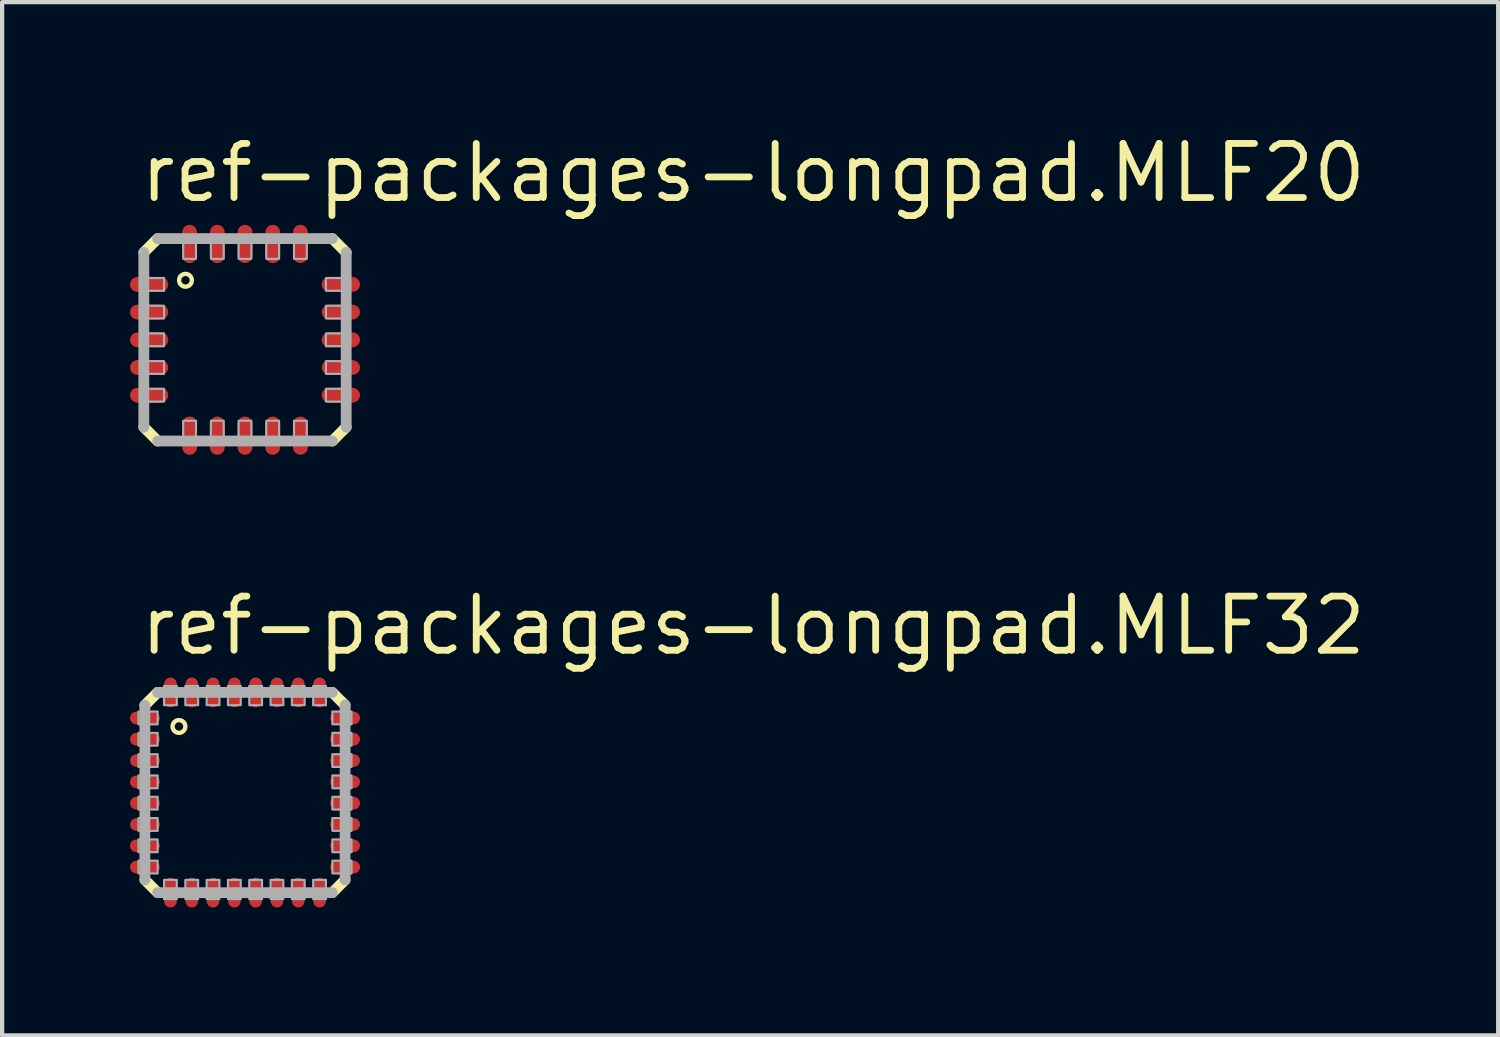
<source format=kicad_pcb>
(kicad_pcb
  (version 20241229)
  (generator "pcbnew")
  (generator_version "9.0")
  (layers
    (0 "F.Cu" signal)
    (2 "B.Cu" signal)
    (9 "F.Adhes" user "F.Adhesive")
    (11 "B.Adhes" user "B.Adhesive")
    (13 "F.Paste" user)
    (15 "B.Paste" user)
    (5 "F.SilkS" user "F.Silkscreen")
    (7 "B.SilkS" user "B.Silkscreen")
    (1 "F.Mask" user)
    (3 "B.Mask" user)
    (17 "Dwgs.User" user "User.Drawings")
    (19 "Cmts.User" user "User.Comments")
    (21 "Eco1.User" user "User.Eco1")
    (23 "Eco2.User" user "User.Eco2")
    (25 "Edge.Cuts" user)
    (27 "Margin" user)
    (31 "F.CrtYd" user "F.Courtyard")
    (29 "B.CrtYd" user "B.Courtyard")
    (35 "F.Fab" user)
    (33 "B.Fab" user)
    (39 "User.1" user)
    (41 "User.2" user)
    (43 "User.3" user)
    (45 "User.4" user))
  (footprint "ref-packages-longpad.MLF32"
    (layer "F.Cu")
    (at 2.7 15.55)
    (property "Reference" "ref-packages-longpad.MLF32" (at -2.54 -3.175 0) (layer "F.SilkS") (effects (font (size 1.27 1.27) (thickness 0.16)) (justify left bottom)))
    (attr smd)
    (fp_line (start -2.35 -2.05) (end -2.05 -2.35) (stroke (width 0.254) (type default)) (layer "F.SilkS"))
    (fp_line (start -2.05 2.35) (end -2.35 2.05) (stroke (width 0.254) (type default)) (layer "F.SilkS"))
    (fp_line (start 2.05 -2.35) (end 2.35 -2.05) (stroke (width 0.254) (type default)) (layer "F.SilkS"))
    (fp_line (start 2.35 2.05) (end 2.05 2.35) (stroke (width 0.254) (type default)) (layer "F.SilkS"))
    (fp_circle (center -1.55 -1.55) (end -1.4 -1.55) (stroke (width 0.102) (type default)) (fill no) (layer "F.SilkS"))
    (fp_line (start -2.35 2.05) (end -2.35 -2.05) (stroke (width 0.254) (type default)) (layer "F.Fab"))
    (fp_line (start -2.05 -2.35) (end 2.05 -2.35) (stroke (width 0.254) (type default)) (layer "F.Fab"))
    (fp_line (start 2.05 2.35) (end -2.05 2.35) (stroke (width 0.254) (type default)) (layer "F.Fab"))
    (fp_line (start 2.35 -2.05) (end 2.35 2.05) (stroke (width 0.254) (type default)) (layer "F.Fab"))
    (fp_rect (start -2.5 -1.6) (end -2.05 -1.9) (stroke (width 0.05) (type default)) (fill no) (layer "F.Fab"))
    (fp_rect (start -2.5 -1.1) (end -2.05 -1.4) (stroke (width 0.05) (type default)) (fill no) (layer "F.Fab"))
    (fp_rect (start -2.5 -0.6) (end -2.05 -0.9) (stroke (width 0.05) (type default)) (fill no) (layer "F.Fab"))
    (fp_rect (start -2.5 -0.1) (end -2.05 -0.4) (stroke (width 0.05) (type default)) (fill no) (layer "F.Fab"))
    (fp_rect (start -2.5 0.4) (end -2.05 0.1) (stroke (width 0.05) (type default)) (fill no) (layer "F.Fab"))
    (fp_rect (start -2.5 0.9) (end -2.05 0.6) (stroke (width 0.05) (type default)) (fill no) (layer "F.Fab"))
    (fp_rect (start -2.5 1.4) (end -2.05 1.1) (stroke (width 0.05) (type default)) (fill no) (layer "F.Fab"))
    (fp_rect (start -2.5 1.9) (end -2.05 1.6) (stroke (width 0.05) (type default)) (fill no) (layer "F.Fab"))
    (fp_rect (start -1.9 -2.05) (end -1.6 -2.5) (stroke (width 0.05) (type default)) (fill no) (layer "F.Fab"))
    (fp_rect (start -1.9 2.5) (end -1.6 2.05) (stroke (width 0.05) (type default)) (fill no) (layer "F.Fab"))
    (fp_rect (start -1.4 -2.05) (end -1.1 -2.5) (stroke (width 0.05) (type default)) (fill no) (layer "F.Fab"))
    (fp_rect (start -1.4 2.5) (end -1.1 2.05) (stroke (width 0.05) (type default)) (fill no) (layer "F.Fab"))
    (fp_rect (start -0.9 -2.05) (end -0.6 -2.5) (stroke (width 0.05) (type default)) (fill no) (layer "F.Fab"))
    (fp_rect (start -0.9 2.5) (end -0.6 2.05) (stroke (width 0.05) (type default)) (fill no) (layer "F.Fab"))
    (fp_rect (start -0.4 -2.05) (end -0.1 -2.5) (stroke (width 0.05) (type default)) (fill no) (layer "F.Fab"))
    (fp_rect (start -0.4 2.5) (end -0.1 2.05) (stroke (width 0.05) (type default)) (fill no) (layer "F.Fab"))
    (fp_rect (start 0.1 -2.05) (end 0.4 -2.5) (stroke (width 0.05) (type default)) (fill no) (layer "F.Fab"))
    (fp_rect (start 0.1 2.5) (end 0.4 2.05) (stroke (width 0.05) (type default)) (fill no) (layer "F.Fab"))
    (fp_rect (start 0.6 -2.05) (end 0.9 -2.5) (stroke (width 0.05) (type default)) (fill no) (layer "F.Fab"))
    (fp_rect (start 0.6 2.5) (end 0.9 2.05) (stroke (width 0.05) (type default)) (fill no) (layer "F.Fab"))
    (fp_rect (start 1.1 -2.05) (end 1.4 -2.5) (stroke (width 0.05) (type default)) (fill no) (layer "F.Fab"))
    (fp_rect (start 1.1 2.5) (end 1.4 2.05) (stroke (width 0.05) (type default)) (fill no) (layer "F.Fab"))
    (fp_rect (start 1.6 -2.05) (end 1.9 -2.5) (stroke (width 0.05) (type default)) (fill no) (layer "F.Fab"))
    (fp_rect (start 1.6 2.5) (end 1.9 2.05) (stroke (width 0.05) (type default)) (fill no) (layer "F.Fab"))
    (fp_rect (start 2.05 -1.6) (end 2.5 -1.9) (stroke (width 0.05) (type default)) (fill no) (layer "F.Fab"))
    (fp_rect (start 2.05 -1.1) (end 2.5 -1.4) (stroke (width 0.05) (type default)) (fill no) (layer "F.Fab"))
    (fp_rect (start 2.05 -0.6) (end 2.5 -0.9) (stroke (width 0.05) (type default)) (fill no) (layer "F.Fab"))
    (fp_rect (start 2.05 -0.1) (end 2.5 -0.4) (stroke (width 0.05) (type default)) (fill no) (layer "F.Fab"))
    (fp_rect (start 2.05 0.4) (end 2.5 0.1) (stroke (width 0.05) (type default)) (fill no) (layer "F.Fab"))
    (fp_rect (start 2.05 0.9) (end 2.5 0.6) (stroke (width 0.05) (type default)) (fill no) (layer "F.Fab"))
    (fp_rect (start 2.05 1.4) (end 2.5 1.1) (stroke (width 0.05) (type default)) (fill no) (layer "F.Fab"))
    (fp_rect (start 2.05 1.9) (end 2.5 1.6) (stroke (width 0.05) (type default)) (fill no) (layer "F.Fab"))
    (pad "1" smd roundrect (at -2.35 -1.75) (size 0.7 0.3) (layers "F.Cu" "F.Mask" "F.Paste") (roundrect_rratio 0.5))
    (pad "2" smd roundrect (at -2.35 -1.25) (size 0.7 0.3) (layers "F.Cu" "F.Mask" "F.Paste") (roundrect_rratio 0.5))
    (pad "3" smd roundrect (at -2.35 -0.75) (size 0.7 0.3) (layers "F.Cu" "F.Mask" "F.Paste") (roundrect_rratio 0.5))
    (pad "4" smd roundrect (at -2.35 -0.25) (size 0.7 0.3) (layers "F.Cu" "F.Mask" "F.Paste") (roundrect_rratio 0.5))
    (pad "5" smd roundrect (at -2.35 0.25) (size 0.7 0.3) (layers "F.Cu" "F.Mask" "F.Paste") (roundrect_rratio 0.5))
    (pad "6" smd roundrect (at -2.35 0.75) (size 0.7 0.3) (layers "F.Cu" "F.Mask" "F.Paste") (roundrect_rratio 0.5))
    (pad "7" smd roundrect (at -2.35 1.25) (size 0.7 0.3) (layers "F.Cu" "F.Mask" "F.Paste") (roundrect_rratio 0.5))
    (pad "8" smd roundrect (at -2.35 1.75) (size 0.7 0.3) (layers "F.Cu" "F.Mask" "F.Paste") (roundrect_rratio 0.5))
    (pad "9" smd roundrect (at -1.75 2.35) (size 0.3 0.7) (layers "F.Cu" "F.Mask" "F.Paste") (roundrect_rratio 0.5))
    (pad "10" smd roundrect (at -1.25 2.35) (size 0.3 0.7) (layers "F.Cu" "F.Mask" "F.Paste") (roundrect_rratio 0.5))
    (pad "11" smd roundrect (at -0.75 2.35) (size 0.3 0.7) (layers "F.Cu" "F.Mask" "F.Paste") (roundrect_rratio 0.5))
    (pad "12" smd roundrect (at -0.25 2.35) (size 0.3 0.7) (layers "F.Cu" "F.Mask" "F.Paste") (roundrect_rratio 0.5))
    (pad "13" smd roundrect (at 0.25 2.35) (size 0.3 0.7) (layers "F.Cu" "F.Mask" "F.Paste") (roundrect_rratio 0.5))
    (pad "14" smd roundrect (at 0.75 2.35) (size 0.3 0.7) (layers "F.Cu" "F.Mask" "F.Paste") (roundrect_rratio 0.5))
    (pad "15" smd roundrect (at 1.25 2.35) (size 0.3 0.7) (layers "F.Cu" "F.Mask" "F.Paste") (roundrect_rratio 0.5))
    (pad "16" smd roundrect (at 1.75 2.35) (size 0.3 0.7) (layers "F.Cu" "F.Mask" "F.Paste") (roundrect_rratio 0.5))
    (pad "17" smd roundrect (at 2.35 1.75) (size 0.7 0.3) (layers "F.Cu" "F.Mask" "F.Paste") (roundrect_rratio 0.5))
    (pad "18" smd roundrect (at 2.35 1.25) (size 0.7 0.3) (layers "F.Cu" "F.Mask" "F.Paste") (roundrect_rratio 0.5))
    (pad "19" smd roundrect (at 2.35 0.75) (size 0.7 0.3) (layers "F.Cu" "F.Mask" "F.Paste") (roundrect_rratio 0.5))
    (pad "20" smd roundrect (at 2.35 0.25) (size 0.7 0.3) (layers "F.Cu" "F.Mask" "F.Paste") (roundrect_rratio 0.5))
    (pad "21" smd roundrect (at 2.35 -0.25) (size 0.7 0.3) (layers "F.Cu" "F.Mask" "F.Paste") (roundrect_rratio 0.5))
    (pad "22" smd roundrect (at 2.35 -0.75) (size 0.7 0.3) (layers "F.Cu" "F.Mask" "F.Paste") (roundrect_rratio 0.5))
    (pad "23" smd roundrect (at 2.35 -1.25) (size 0.7 0.3) (layers "F.Cu" "F.Mask" "F.Paste") (roundrect_rratio 0.5))
    (pad "24" smd roundrect (at 2.35 -1.75) (size 0.7 0.3) (layers "F.Cu" "F.Mask" "F.Paste") (roundrect_rratio 0.5))
    (pad "25" smd roundrect (at 1.75 -2.35) (size 0.3 0.7) (layers "F.Cu" "F.Mask" "F.Paste") (roundrect_rratio 0.5))
    (pad "26" smd roundrect (at 1.25 -2.35) (size 0.3 0.7) (layers "F.Cu" "F.Mask" "F.Paste") (roundrect_rratio 0.5))
    (pad "27" smd roundrect (at 0.75 -2.35) (size 0.3 0.7) (layers "F.Cu" "F.Mask" "F.Paste") (roundrect_rratio 0.5))
    (pad "28" smd roundrect (at 0.25 -2.35) (size 0.3 0.7) (layers "F.Cu" "F.Mask" "F.Paste") (roundrect_rratio 0.5))
    (pad "29" smd roundrect (at -0.25 -2.35) (size 0.3 0.7) (layers "F.Cu" "F.Mask" "F.Paste") (roundrect_rratio 0.5))
    (pad "30" smd roundrect (at -0.75 -2.35) (size 0.3 0.7) (layers "F.Cu" "F.Mask" "F.Paste") (roundrect_rratio 0.5))
    (pad "31" smd roundrect (at -1.25 -2.35) (size 0.3 0.7) (layers "F.Cu" "F.Mask" "F.Paste") (roundrect_rratio 0.5))
    (pad "32" smd roundrect (at -1.75 -2.35) (size 0.3 0.7) (layers "F.Cu" "F.Mask" "F.Paste") (roundrect_rratio 0.5)))
  (footprint "ref-packages-longpad.MLF20"
    (layer "F.Cu")
    (at 2.7 4.925)
    (property "Reference" "ref-packages-longpad.MLF20" (at -2.54 -3.175 0) (layer "F.SilkS") (effects (font (size 1.27 1.27) (thickness 0.16)) (justify left bottom)))
    (attr smd)
    (fp_line (start -2.375 -2.05) (end -2.05 -2.375) (stroke (width 0.254) (type default)) (layer "F.SilkS"))
    (fp_line (start -2.05 2.375) (end -2.375 2.05) (stroke (width 0.254) (type default)) (layer "F.SilkS"))
    (fp_line (start 2.05 -2.375) (end 2.375 -2.05) (stroke (width 0.254) (type default)) (layer "F.SilkS"))
    (fp_line (start 2.375 2.05) (end 2.05 2.375) (stroke (width 0.254) (type default)) (layer "F.SilkS"))
    (fp_circle (center -1.397 -1.397) (end -1.247 -1.397) (stroke (width 0.102) (type default)) (fill no) (layer "F.SilkS"))
    (fp_line (start -2.375 2.05) (end -2.375 -2.05) (stroke (width 0.254) (type default)) (layer "F.Fab"))
    (fp_line (start -2.05 -2.375) (end 2.05 -2.375) (stroke (width 0.254) (type default)) (layer "F.Fab"))
    (fp_line (start 2.05 2.375) (end -2.05 2.375) (stroke (width 0.254) (type default)) (layer "F.Fab"))
    (fp_line (start 2.375 -2.05) (end 2.375 2.05) (stroke (width 0.254) (type default)) (layer "F.Fab"))
    (fp_rect (start -2.35 -1.15) (end -1.9 -1.45) (stroke (width 0.05) (type default)) (fill no) (layer "F.Fab"))
    (fp_rect (start -2.35 -0.5) (end -1.9 -0.8) (stroke (width 0.05) (type default)) (fill no) (layer "F.Fab"))
    (fp_rect (start -2.35 0.15) (end -1.9 -0.15) (stroke (width 0.05) (type default)) (fill no) (layer "F.Fab"))
    (fp_rect (start -2.35 0.8) (end -1.9 0.5) (stroke (width 0.05) (type default)) (fill no) (layer "F.Fab"))
    (fp_rect (start -2.35 1.45) (end -1.9 1.15) (stroke (width 0.05) (type default)) (fill no) (layer "F.Fab"))
    (fp_rect (start -1.45 -1.9) (end -1.15 -2.35) (stroke (width 0.05) (type default)) (fill no) (layer "F.Fab"))
    (fp_rect (start -1.45 2.35) (end -1.15 1.9) (stroke (width 0.05) (type default)) (fill no) (layer "F.Fab"))
    (fp_rect (start -0.8 -1.9) (end -0.5 -2.35) (stroke (width 0.05) (type default)) (fill no) (layer "F.Fab"))
    (fp_rect (start -0.8 2.35) (end -0.5 1.9) (stroke (width 0.05) (type default)) (fill no) (layer "F.Fab"))
    (fp_rect (start -0.15 -1.9) (end 0.15 -2.35) (stroke (width 0.05) (type default)) (fill no) (layer "F.Fab"))
    (fp_rect (start -0.15 2.35) (end 0.15 1.9) (stroke (width 0.05) (type default)) (fill no) (layer "F.Fab"))
    (fp_rect (start 0.5 -1.9) (end 0.8 -2.35) (stroke (width 0.05) (type default)) (fill no) (layer "F.Fab"))
    (fp_rect (start 0.5 2.35) (end 0.8 1.9) (stroke (width 0.05) (type default)) (fill no) (layer "F.Fab"))
    (fp_rect (start 1.15 -1.9) (end 1.45 -2.35) (stroke (width 0.05) (type default)) (fill no) (layer "F.Fab"))
    (fp_rect (start 1.15 2.35) (end 1.45 1.9) (stroke (width 0.05) (type default)) (fill no) (layer "F.Fab"))
    (fp_rect (start 1.9 -1.15) (end 2.35 -1.45) (stroke (width 0.05) (type default)) (fill no) (layer "F.Fab"))
    (fp_rect (start 1.9 -0.5) (end 2.35 -0.8) (stroke (width 0.05) (type default)) (fill no) (layer "F.Fab"))
    (fp_rect (start 1.9 0.15) (end 2.35 -0.15) (stroke (width 0.05) (type default)) (fill no) (layer "F.Fab"))
    (fp_rect (start 1.9 0.8) (end 2.35 0.5) (stroke (width 0.05) (type default)) (fill no) (layer "F.Fab"))
    (fp_rect (start 1.9 1.45) (end 2.35 1.15) (stroke (width 0.05) (type default)) (fill no) (layer "F.Fab"))
    (pad "1" smd roundrect (at -2.25 -1.3) (size 0.9 0.35) (layers "F.Cu" "F.Mask" "F.Paste") (roundrect_rratio 0.5))
    (pad "2" smd roundrect (at -2.25 -0.65) (size 0.9 0.35) (layers "F.Cu" "F.Mask" "F.Paste") (roundrect_rratio 0.5))
    (pad "3" smd roundrect (at -2.25 0) (size 0.9 0.35) (layers "F.Cu" "F.Mask" "F.Paste") (roundrect_rratio 0.5))
    (pad "4" smd roundrect (at -2.25 0.65) (size 0.9 0.35) (layers "F.Cu" "F.Mask" "F.Paste") (roundrect_rratio 0.5))
    (pad "5" smd roundrect (at -2.25 1.3) (size 0.9 0.35) (layers "F.Cu" "F.Mask" "F.Paste") (roundrect_rratio 0.5))
    (pad "6" smd roundrect (at -1.3 2.25) (size 0.35 0.9) (layers "F.Cu" "F.Mask" "F.Paste") (roundrect_rratio 0.5))
    (pad "7" smd roundrect (at -0.65 2.25) (size 0.35 0.9) (layers "F.Cu" "F.Mask" "F.Paste") (roundrect_rratio 0.5))
    (pad "8" smd roundrect (at 0 2.25) (size 0.35 0.9) (layers "F.Cu" "F.Mask" "F.Paste") (roundrect_rratio 0.5))
    (pad "9" smd roundrect (at 0.65 2.25) (size 0.35 0.9) (layers "F.Cu" "F.Mask" "F.Paste") (roundrect_rratio 0.5))
    (pad "10" smd roundrect (at 1.3 2.25) (size 0.35 0.9) (layers "F.Cu" "F.Mask" "F.Paste") (roundrect_rratio 0.5))
    (pad "11" smd roundrect (at 2.25 1.3) (size 0.9 0.35) (layers "F.Cu" "F.Mask" "F.Paste") (roundrect_rratio 0.5))
    (pad "12" smd roundrect (at 2.25 0.65) (size 0.9 0.35) (layers "F.Cu" "F.Mask" "F.Paste") (roundrect_rratio 0.5))
    (pad "13" smd roundrect (at 2.25 0) (size 0.9 0.35) (layers "F.Cu" "F.Mask" "F.Paste") (roundrect_rratio 0.5))
    (pad "14" smd roundrect (at 2.25 -0.65) (size 0.9 0.35) (layers "F.Cu" "F.Mask" "F.Paste") (roundrect_rratio 0.5))
    (pad "15" smd roundrect (at 2.25 -1.3) (size 0.9 0.35) (layers "F.Cu" "F.Mask" "F.Paste") (roundrect_rratio 0.5))
    (pad "16" smd roundrect (at 1.3 -2.25) (size 0.35 0.9) (layers "F.Cu" "F.Mask" "F.Paste") (roundrect_rratio 0.5))
    (pad "17" smd roundrect (at 0.65 -2.25) (size 0.35 0.9) (layers "F.Cu" "F.Mask" "F.Paste") (roundrect_rratio 0.5))
    (pad "18" smd roundrect (at 0 -2.25) (size 0.35 0.9) (layers "F.Cu" "F.Mask" "F.Paste") (roundrect_rratio 0.5))
    (pad "19" smd roundrect (at -0.65 -2.25) (size 0.35 0.9) (layers "F.Cu" "F.Mask" "F.Paste") (roundrect_rratio 0.5))
    (pad "20" smd roundrect (at -1.3 -2.25) (size 0.35 0.9) (layers "F.Cu" "F.Mask" "F.Paste") (roundrect_rratio 0.5)))
  (gr_rect
    (start -3 -3)
    (end 32.112 21.25)
    (stroke (width 0.1) (type default))
    (fill no)
    (layer "Edge.Cuts")))
</source>
